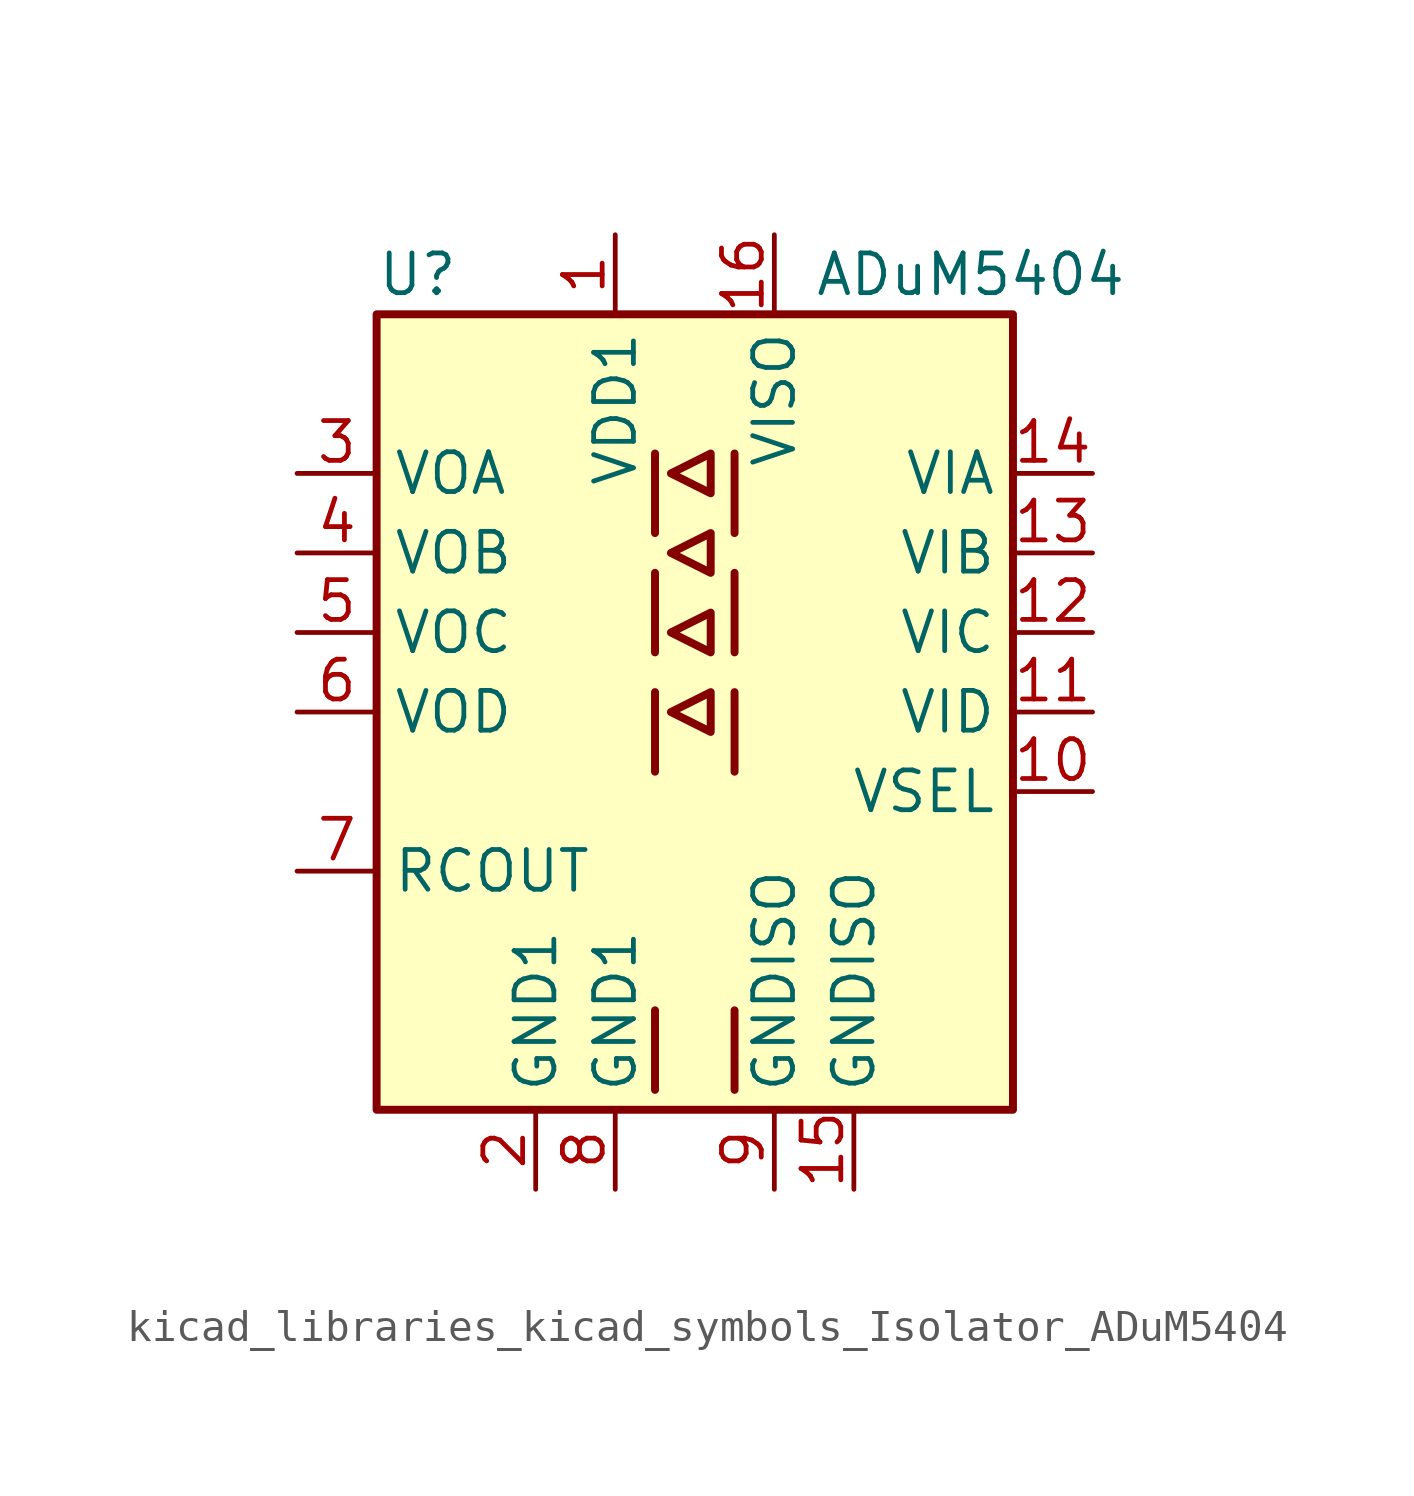
<source format=kicad_sym>
(kicad_symbol_lib
  (version 20220914)
  (generator kicad_symbol_editor)
  (symbol "kicad_libraries_kicad_symbols_Isolator_ADuM5404"
    (property "Reference" "U"
      (at -10.16 13.97 0)
      (effects (font (size 1.27 1.27)) (justify left)))
    (property "Value" "ADuM5404"
      (at 3.81 13.97 0)
      (effects (font (size 1.27 1.27)) (justify left)))
    (symbol "kicad_libraries_kicad_symbols_Isolator_ADuM5404_0_1"
      (rectangle (start -10.16 12.7) (end 10.16 -12.7) (stroke (width 0.254) (type default)) (fill (type background)))
      (polyline (pts (xy -1.27 -9.525) (xy -1.27 -12.065)) (stroke (width 0.254) (type default)) (fill (type none)))
      (polyline (pts (xy -1.27 0.635) (xy -1.27 -1.905)) (stroke (width 0.254) (type default)) (fill (type none)))
      (polyline (pts (xy -1.27 4.445) (xy -1.27 1.905)) (stroke (width 0.254) (type default)) (fill (type none)))
      (polyline (pts (xy -1.27 8.255) (xy -1.27 5.715)) (stroke (width 0.254) (type default)) (fill (type none)))
      (polyline (pts (xy 1.27 -9.525) (xy 1.27 -12.065)) (stroke (width 0.254) (type default)) (fill (type none)))
      (polyline (pts (xy 1.27 0.635) (xy 1.27 -1.905)) (stroke (width 0.254) (type default)) (fill (type none)))
      (polyline (pts (xy 1.27 4.445) (xy 1.27 1.905)) (stroke (width 0.254) (type default)) (fill (type none)))
      (polyline (pts (xy 1.27 8.255) (xy 1.27 5.715)) (stroke (width 0.254) (type default)) (fill (type none)))
      (polyline (pts (xy 0.508 0.635) (xy 0.508 -0.635) (xy -0.762 0) (xy 0.508 0.635)) (stroke (width 0.254) (type default)) (fill (type none)))
      (polyline (pts (xy 0.508 1.905) (xy -0.762 2.54) (xy 0.508 3.175) (xy 0.508 1.905)) (stroke (width 0.254) (type default)) (fill (type none)))
      (polyline (pts (xy 0.508 5.715) (xy 0.508 4.445) (xy -0.762 5.08) (xy 0.508 5.715)) (stroke (width 0.254) (type default)) (fill (type none)))
      (polyline (pts (xy 0.508 6.985) (xy -0.762 7.62) (xy 0.508 8.255) (xy 0.508 6.985)) (stroke (width 0.254) (type default)) (fill (type none))))
    (symbol "kicad_libraries_kicad_symbols_Isolator_ADuM5404_1_1"
      (pin power_in line (at -2.54 15.24 270) (length 2.54) (name "VDD1" (effects (font (size 1.27 1.27)))) (number "1" (effects (font (size 1.27 1.27)))))
      (pin input line (at 12.7 -2.54 180) (length 2.54) (name "VSEL" (effects (font (size 1.27 1.27)))) (number "10" (effects (font (size 1.27 1.27)))))
      (pin input line (at 12.7 0 180) (length 2.54) (name "VID" (effects (font (size 1.27 1.27)))) (number "11" (effects (font (size 1.27 1.27)))))
      (pin input line (at 12.7 2.54 180) (length 2.54) (name "VIC" (effects (font (size 1.27 1.27)))) (number "12" (effects (font (size 1.27 1.27)))))
      (pin input line (at 12.7 5.08 180) (length 2.54) (name "VIB" (effects (font (size 1.27 1.27)))) (number "13" (effects (font (size 1.27 1.27)))))
      (pin input line (at 12.7 7.62 180) (length 2.54) (name "VIA" (effects (font (size 1.27 1.27)))) (number "14" (effects (font (size 1.27 1.27)))))
      (pin power_in line (at 5.08 -15.24 90) (length 2.54) (name "GNDISO" (effects (font (size 1.27 1.27)))) (number "15" (effects (font (size 1.27 1.27)))))
      (pin power_in line (at 2.54 15.24 270) (length 2.54) (name "VISO" (effects (font (size 1.27 1.27)))) (number "16" (effects (font (size 1.27 1.27)))))
      (pin power_in line (at -5.08 -15.24 90) (length 2.54) (name "GND1" (effects (font (size 1.27 1.27)))) (number "2" (effects (font (size 1.27 1.27)))))
      (pin output line (at -12.7 7.62 0) (length 2.54) (name "VOA" (effects (font (size 1.27 1.27)))) (number "3" (effects (font (size 1.27 1.27)))))
      (pin output line (at -12.7 5.08 0) (length 2.54) (name "VOB" (effects (font (size 1.27 1.27)))) (number "4" (effects (font (size 1.27 1.27)))))
      (pin output line (at -12.7 2.54 0) (length 2.54) (name "VOC" (effects (font (size 1.27 1.27)))) (number "5" (effects (font (size 1.27 1.27)))))
      (pin output line (at -12.7 0 0) (length 2.54) (name "VOD" (effects (font (size 1.27 1.27)))) (number "6" (effects (font (size 1.27 1.27)))))
      (pin output line (at -12.7 -5.08 0) (length 2.54) (name "RCOUT" (effects (font (size 1.27 1.27)))) (number "7" (effects (font (size 1.27 1.27)))))
      (pin power_in line (at -2.54 -15.24 90) (length 2.54) (name "GND1" (effects (font (size 1.27 1.27)))) (number "8" (effects (font (size 1.27 1.27)))))
      (pin power_in line (at 2.54 -15.24 90) (length 2.54) (name "GNDISO" (effects (font (size 1.27 1.27)))) (number "9" (effects (font (size 1.27 1.27))))))))
</source>
